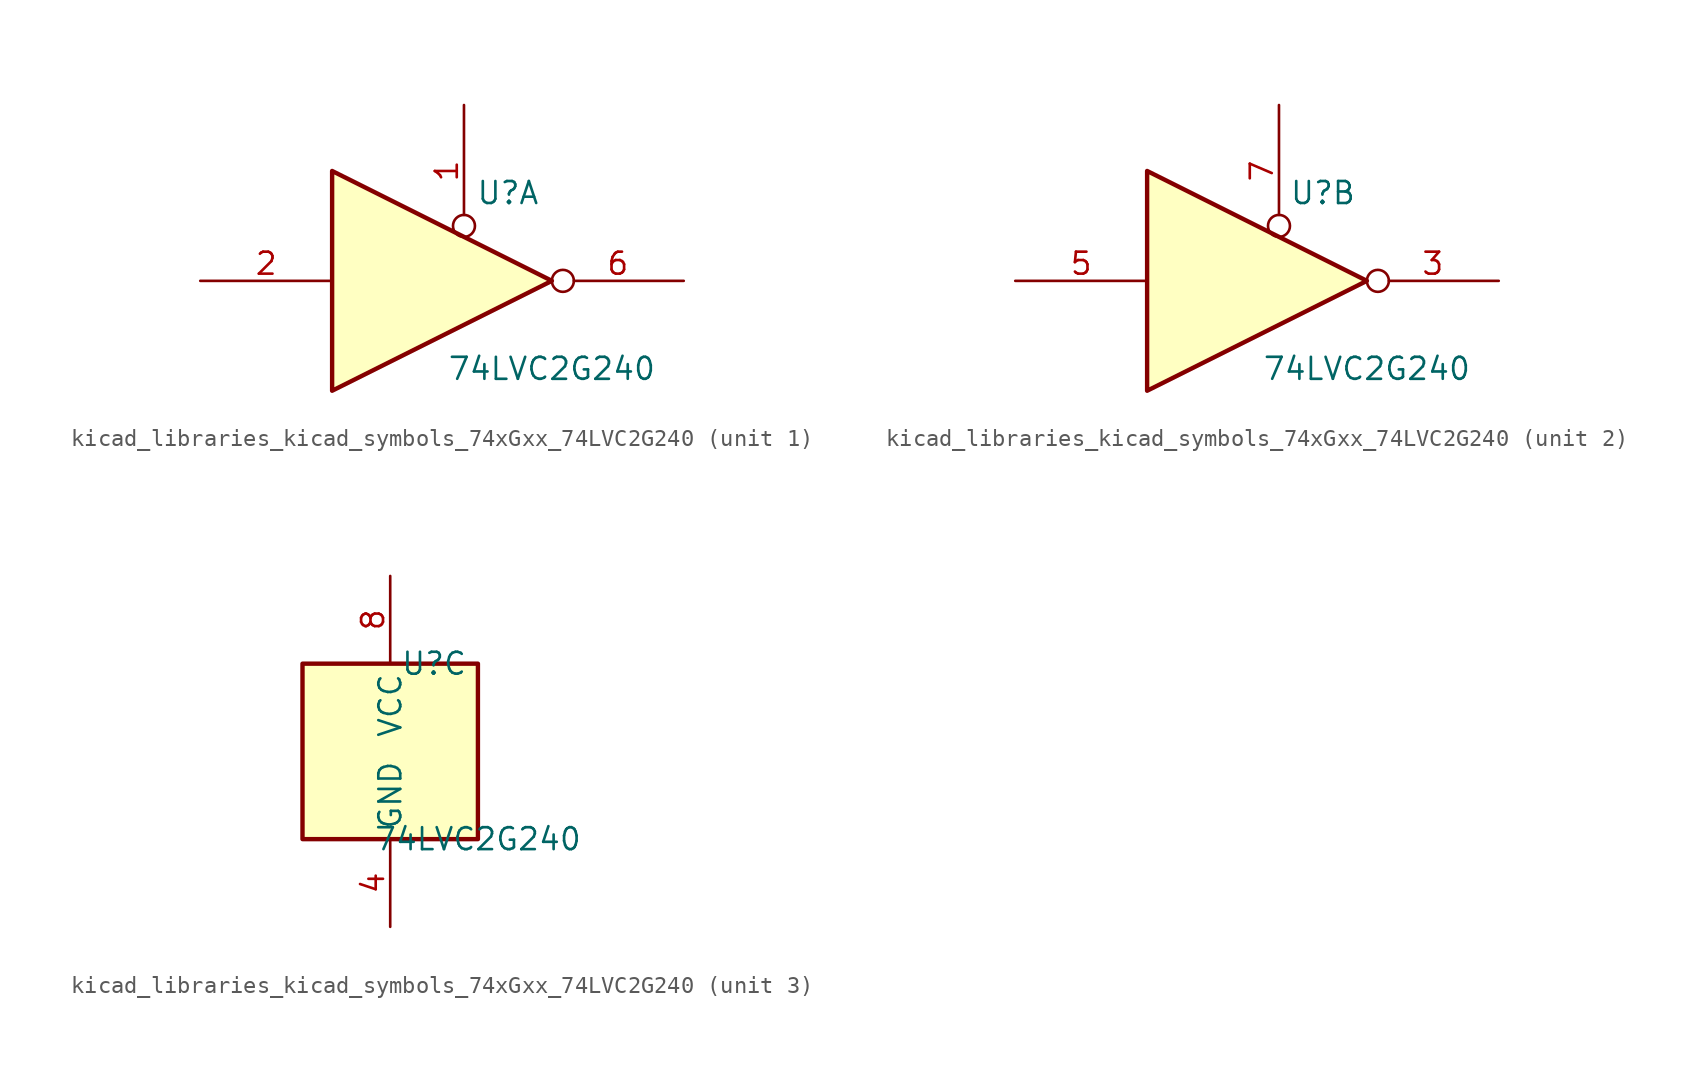
<source format=kicad_sym>
(kicad_symbol_lib
  (version 20220914)
  (generator kicad_symbol_editor)
  (symbol "kicad_libraries_kicad_symbols_74xGxx_74LVC2G240"
    (property "Reference" "U"
      (at 2.54 5.08 0)
      (effects (font (size 1.27 1.27))))
    (property "Value" "74LVC2G240"
      (at 5.08 -5.08 0)
      (effects (font (size 1.27 1.27))))
    (symbol "kicad_libraries_kicad_symbols_74xGxx_74LVC2G240_1_1"
      (polyline (pts (xy -7.62 6.35) (xy -7.62 -6.35) (xy 5.08 0) (xy -7.62 6.35)) (stroke (width 0.254) (type default)) (fill (type background)))
      (pin input inverted (at 0 10.16 270) (length 7.62) (name "~" (effects (font (size 1.27 1.27)))) (number "1" (effects (font (size 1.27 1.27)))))
      (pin input line (at -15.24 0 0) (length 7.62) (name "~" (effects (font (size 1.27 1.27)))) (number "2" (effects (font (size 1.27 1.27)))))
      (pin tri_state inverted (at 12.7 0 180) (length 7.62) (name "~" (effects (font (size 1.27 1.27)))) (number "6" (effects (font (size 1.27 1.27))))))
    (symbol "kicad_libraries_kicad_symbols_74xGxx_74LVC2G240_2_1"
      (polyline (pts (xy -7.62 6.35) (xy -7.62 -6.35) (xy 5.08 0) (xy -7.62 6.35)) (stroke (width 0.254) (type default)) (fill (type background)))
      (pin tri_state inverted (at 12.7 0 180) (length 7.62) (name "~" (effects (font (size 1.27 1.27)))) (number "3" (effects (font (size 1.27 1.27)))))
      (pin input line (at -15.24 0 0) (length 7.62) (name "~" (effects (font (size 1.27 1.27)))) (number "5" (effects (font (size 1.27 1.27)))))
      (pin input inverted (at 0 10.16 270) (length 7.62) (name "~" (effects (font (size 1.27 1.27)))) (number "7" (effects (font (size 1.27 1.27))))))
    (symbol "kicad_libraries_kicad_symbols_74xGxx_74LVC2G240_3_0"
      (rectangle (start -5.08 -5.08) (end 5.08 5.08) (stroke (width 0.254) (type default)) (fill (type background))))
    (symbol "kicad_libraries_kicad_symbols_74xGxx_74LVC2G240_3_1"
      (pin power_in line (at 0 -10.16 90) (length 5.08) (name "GND" (effects (font (size 1.27 1.27)))) (number "4" (effects (font (size 1.27 1.27)))))
      (pin power_in line (at 0 10.16 270) (length 5.08) (name "VCC" (effects (font (size 1.27 1.27)))) (number "8" (effects (font (size 1.27 1.27))))))))
</source>
